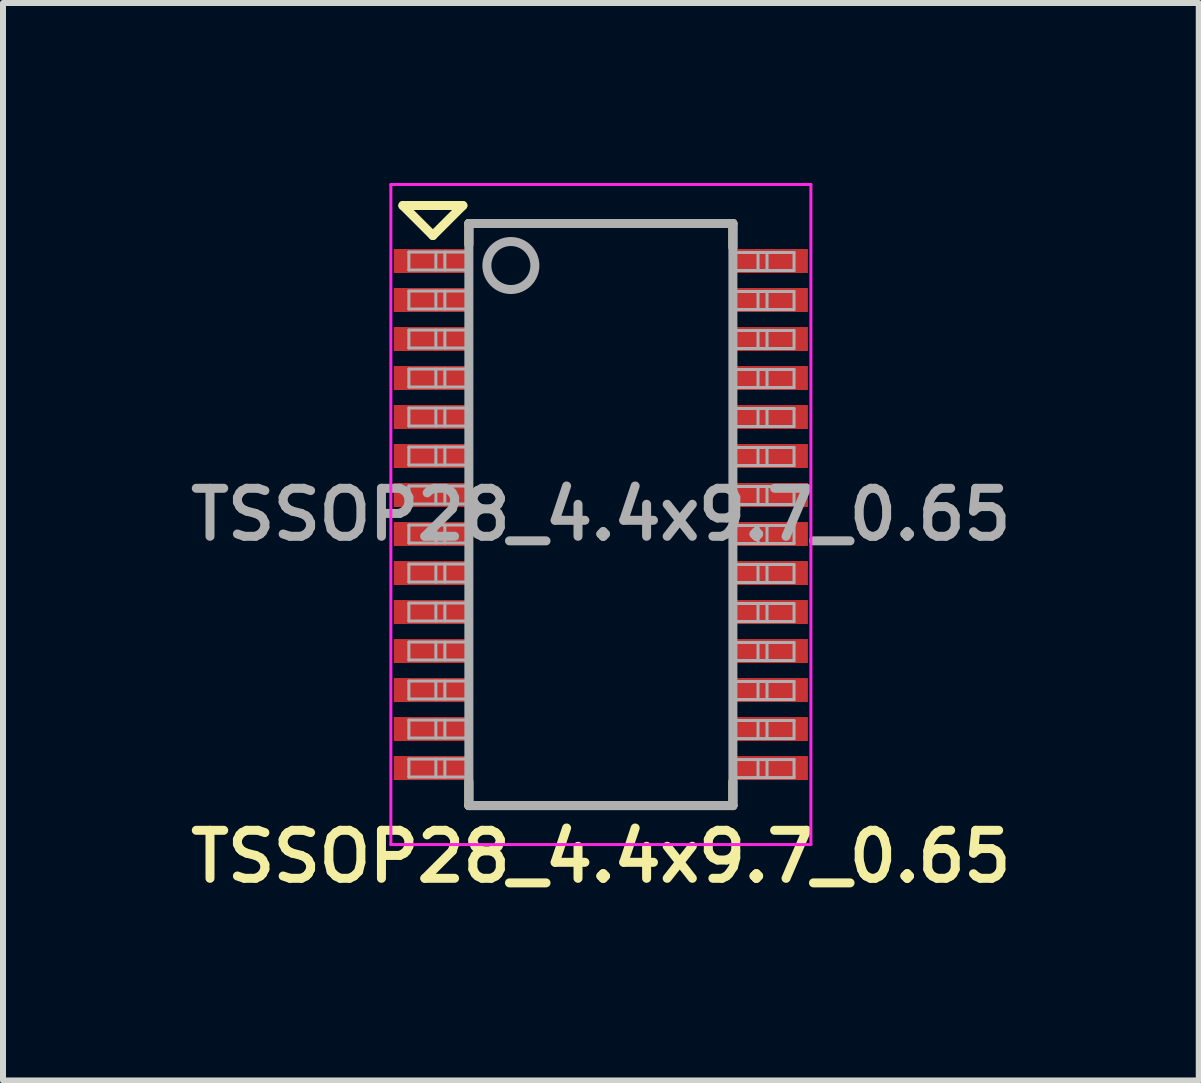
<source format=kicad_pcb>
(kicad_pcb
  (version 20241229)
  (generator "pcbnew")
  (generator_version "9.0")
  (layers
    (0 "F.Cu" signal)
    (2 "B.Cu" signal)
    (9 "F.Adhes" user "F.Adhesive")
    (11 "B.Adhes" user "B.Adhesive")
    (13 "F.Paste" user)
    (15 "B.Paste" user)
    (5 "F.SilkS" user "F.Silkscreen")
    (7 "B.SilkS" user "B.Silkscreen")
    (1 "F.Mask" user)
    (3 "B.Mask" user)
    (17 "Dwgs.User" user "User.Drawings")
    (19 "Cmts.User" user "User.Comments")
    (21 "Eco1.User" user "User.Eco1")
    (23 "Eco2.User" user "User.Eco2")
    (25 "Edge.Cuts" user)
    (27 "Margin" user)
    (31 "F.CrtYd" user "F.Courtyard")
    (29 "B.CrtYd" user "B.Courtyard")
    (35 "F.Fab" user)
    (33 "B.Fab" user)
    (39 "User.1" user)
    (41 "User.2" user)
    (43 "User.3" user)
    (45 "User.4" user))
  (footprint "TSSOP28_4.4x9.7_0.65"
    (layer "F.Cu")
    (at 6.964 5.525)
    (property "Reference" "TSSOP28_4.4x9.7_0.65" (at 0 5.7 0) (layer "F.SilkS") (effects (font (size 0.8 0.8) (thickness 0.15))))
    (attr smd)
    (fp_line (start -3.3 -5.15) (end -2.3 -5.15) (stroke (width 0.15) (type solid)) (layer "F.SilkS"))
    (fp_line (start -2.8 -4.65) (end -3.3 -5.15) (stroke (width 0.15) (type solid)) (layer "F.SilkS"))
    (fp_line (start -2.3 -5.15) (end -2.8 -4.65) (stroke (width 0.15) (type solid)) (layer "F.SilkS"))
    (fp_line (start -2.2 -4.85) (end 2.2 -4.85) (stroke (width 0.15) (type solid)) (layer "F.SilkS"))
    (fp_line (start -2.2 -4.5) (end -2.2 -4.85) (stroke (width 0.15) (type solid)) (layer "F.SilkS"))
    (fp_line (start -2.2 4.45) (end -2.2 4.85) (stroke (width 0.15) (type solid)) (layer "F.SilkS"))
    (fp_line (start -2.2 4.85) (end 2.2 4.85) (stroke (width 0.15) (type solid)) (layer "F.SilkS"))
    (fp_line (start 2.2 -4.85) (end 2.2 -4.45) (stroke (width 0.15) (type solid)) (layer "F.SilkS"))
    (fp_line (start 2.2 4.85) (end 2.2 4.45) (stroke (width 0.15) (type solid)) (layer "F.SilkS"))
    (fp_line (start -3.5 -5.5) (end -3.5 5.5) (stroke (width 0.05) (type solid)) (layer "F.CrtYd"))
    (fp_line (start -3.5 5.5) (end 3.5 5.5) (stroke (width 0.05) (type solid)) (layer "F.CrtYd"))
    (fp_line (start 3.5 -5.5) (end -3.5 -5.5) (stroke (width 0.05) (type solid)) (layer "F.CrtYd"))
    (fp_line (start 3.5 5.5) (end 3.5 -5.5) (stroke (width 0.05) (type solid)) (layer "F.CrtYd"))
    (fp_line (start -3.2 -4.375) (end -3.2 -4.075) (stroke (width 0.05) (type solid)) (layer "F.Fab"))
    (fp_line (start -3.2 -4.075) (end -2.2 -4.075) (stroke (width 0.05) (type solid)) (layer "F.Fab"))
    (fp_line (start -3.2 -3.725) (end -3.2 -3.425) (stroke (width 0.05) (type solid)) (layer "F.Fab"))
    (fp_line (start -3.2 -3.425) (end -2.2 -3.425) (stroke (width 0.05) (type solid)) (layer "F.Fab"))
    (fp_line (start -3.2 -3.075) (end -3.2 -2.775) (stroke (width 0.05) (type solid)) (layer "F.Fab"))
    (fp_line (start -3.2 -2.775) (end -2.2 -2.775) (stroke (width 0.05) (type solid)) (layer "F.Fab"))
    (fp_line (start -3.2 -2.425) (end -3.2 -2.125) (stroke (width 0.05) (type solid)) (layer "F.Fab"))
    (fp_line (start -3.2 -2.125) (end -2.2 -2.125) (stroke (width 0.05) (type solid)) (layer "F.Fab"))
    (fp_line (start -3.2 -1.775) (end -3.2 -1.475) (stroke (width 0.05) (type solid)) (layer "F.Fab"))
    (fp_line (start -3.2 -1.475) (end -2.2 -1.475) (stroke (width 0.05) (type solid)) (layer "F.Fab"))
    (fp_line (start -3.2 -1.125) (end -3.2 -0.825) (stroke (width 0.05) (type solid)) (layer "F.Fab"))
    (fp_line (start -3.2 -0.825) (end -2.2 -0.825) (stroke (width 0.05) (type solid)) (layer "F.Fab"))
    (fp_line (start -3.2 -0.475) (end -3.2 -0.175) (stroke (width 0.05) (type solid)) (layer "F.Fab"))
    (fp_line (start -3.2 -0.175) (end -2.2 -0.175) (stroke (width 0.05) (type solid)) (layer "F.Fab"))
    (fp_line (start -3.2 0.175) (end -3.2 0.475) (stroke (width 0.05) (type solid)) (layer "F.Fab"))
    (fp_line (start -3.2 0.475) (end -2.2 0.475) (stroke (width 0.05) (type solid)) (layer "F.Fab"))
    (fp_line (start -3.2 0.825) (end -3.2 1.125) (stroke (width 0.05) (type solid)) (layer "F.Fab"))
    (fp_line (start -3.2 1.125) (end -2.2 1.125) (stroke (width 0.05) (type solid)) (layer "F.Fab"))
    (fp_line (start -3.2 1.475) (end -3.2 1.775) (stroke (width 0.05) (type solid)) (layer "F.Fab"))
    (fp_line (start -3.2 1.775) (end -2.2 1.775) (stroke (width 0.05) (type solid)) (layer "F.Fab"))
    (fp_line (start -3.2 2.125) (end -3.2 2.425) (stroke (width 0.05) (type solid)) (layer "F.Fab"))
    (fp_line (start -3.2 2.425) (end -2.2 2.425) (stroke (width 0.05) (type solid)) (layer "F.Fab"))
    (fp_line (start -3.2 2.775) (end -3.2 3.075) (stroke (width 0.05) (type solid)) (layer "F.Fab"))
    (fp_line (start -3.2 3.075) (end -2.2 3.075) (stroke (width 0.05) (type solid)) (layer "F.Fab"))
    (fp_line (start -3.2 3.425) (end -3.2 3.725) (stroke (width 0.05) (type solid)) (layer "F.Fab"))
    (fp_line (start -3.2 3.725) (end -2.2 3.725) (stroke (width 0.05) (type solid)) (layer "F.Fab"))
    (fp_line (start -3.2 4.075) (end -3.2 4.375) (stroke (width 0.05) (type solid)) (layer "F.Fab"))
    (fp_line (start -3.2 4.375) (end -2.2 4.375) (stroke (width 0.05) (type solid)) (layer "F.Fab"))
    (fp_line (start -2.75 -4.375) (end -2.75 -4.075) (stroke (width 0.05) (type solid)) (layer "F.Fab"))
    (fp_line (start -2.75 -3.725) (end -2.75 -3.425) (stroke (width 0.05) (type solid)) (layer "F.Fab"))
    (fp_line (start -2.75 -3.075) (end -2.75 -2.775) (stroke (width 0.05) (type solid)) (layer "F.Fab"))
    (fp_line (start -2.75 -2.425) (end -2.75 -2.125) (stroke (width 0.05) (type solid)) (layer "F.Fab"))
    (fp_line (start -2.75 -1.775) (end -2.75 -1.475) (stroke (width 0.05) (type solid)) (layer "F.Fab"))
    (fp_line (start -2.75 -1.125) (end -2.75 -0.825) (stroke (width 0.05) (type solid)) (layer "F.Fab"))
    (fp_line (start -2.75 -0.475) (end -2.75 -0.175) (stroke (width 0.05) (type solid)) (layer "F.Fab"))
    (fp_line (start -2.75 0.175) (end -2.75 0.475) (stroke (width 0.05) (type solid)) (layer "F.Fab"))
    (fp_line (start -2.75 0.825) (end -2.75 1.125) (stroke (width 0.05) (type solid)) (layer "F.Fab"))
    (fp_line (start -2.75 1.475) (end -2.75 1.775) (stroke (width 0.05) (type solid)) (layer "F.Fab"))
    (fp_line (start -2.75 2.125) (end -2.75 2.425) (stroke (width 0.05) (type solid)) (layer "F.Fab"))
    (fp_line (start -2.75 2.775) (end -2.75 3.075) (stroke (width 0.05) (type solid)) (layer "F.Fab"))
    (fp_line (start -2.75 3.425) (end -2.75 3.725) (stroke (width 0.05) (type solid)) (layer "F.Fab"))
    (fp_line (start -2.75 4.075) (end -2.75 4.375) (stroke (width 0.05) (type solid)) (layer "F.Fab"))
    (fp_line (start -2.6 -4.375) (end -2.6 -4.075) (stroke (width 0.05) (type solid)) (layer "F.Fab"))
    (fp_line (start -2.6 -3.725) (end -2.6 -3.425) (stroke (width 0.05) (type solid)) (layer "F.Fab"))
    (fp_line (start -2.6 -3.075) (end -2.6 -2.775) (stroke (width 0.05) (type solid)) (layer "F.Fab"))
    (fp_line (start -2.6 -2.425) (end -2.6 -2.125) (stroke (width 0.05) (type solid)) (layer "F.Fab"))
    (fp_line (start -2.6 -1.775) (end -2.6 -1.475) (stroke (width 0.05) (type solid)) (layer "F.Fab"))
    (fp_line (start -2.6 -1.125) (end -2.6 -0.825) (stroke (width 0.05) (type solid)) (layer "F.Fab"))
    (fp_line (start -2.6 -0.475) (end -2.6 -0.175) (stroke (width 0.05) (type solid)) (layer "F.Fab"))
    (fp_line (start -2.6 0.175) (end -2.6 0.475) (stroke (width 0.05) (type solid)) (layer "F.Fab"))
    (fp_line (start -2.6 0.825) (end -2.6 1.125) (stroke (width 0.05) (type solid)) (layer "F.Fab"))
    (fp_line (start -2.6 1.475) (end -2.6 1.775) (stroke (width 0.05) (type solid)) (layer "F.Fab"))
    (fp_line (start -2.6 2.125) (end -2.6 2.425) (stroke (width 0.05) (type solid)) (layer "F.Fab"))
    (fp_line (start -2.6 2.775) (end -2.6 3.075) (stroke (width 0.05) (type solid)) (layer "F.Fab"))
    (fp_line (start -2.6 3.425) (end -2.6 3.725) (stroke (width 0.05) (type solid)) (layer "F.Fab"))
    (fp_line (start -2.6 4.075) (end -2.6 4.375) (stroke (width 0.05) (type solid)) (layer "F.Fab"))
    (fp_line (start -2.2 -4.85) (end 2.2 -4.85) (stroke (width 0.15) (type solid)) (layer "F.Fab"))
    (fp_line (start -2.2 -4.375) (end -3.2 -4.375) (stroke (width 0.05) (type solid)) (layer "F.Fab"))
    (fp_line (start -2.2 -3.725) (end -3.2 -3.725) (stroke (width 0.05) (type solid)) (layer "F.Fab"))
    (fp_line (start -2.2 -3.075) (end -3.2 -3.075) (stroke (width 0.05) (type solid)) (layer "F.Fab"))
    (fp_line (start -2.2 -2.425) (end -3.2 -2.425) (stroke (width 0.05) (type solid)) (layer "F.Fab"))
    (fp_line (start -2.2 -1.775) (end -3.2 -1.775) (stroke (width 0.05) (type solid)) (layer "F.Fab"))
    (fp_line (start -2.2 -1.125) (end -3.2 -1.125) (stroke (width 0.05) (type solid)) (layer "F.Fab"))
    (fp_line (start -2.2 -0.475) (end -3.2 -0.475) (stroke (width 0.05) (type solid)) (layer "F.Fab"))
    (fp_line (start -2.2 0.175) (end -3.2 0.175) (stroke (width 0.05) (type solid)) (layer "F.Fab"))
    (fp_line (start -2.2 0.825) (end -3.2 0.825) (stroke (width 0.05) (type solid)) (layer "F.Fab"))
    (fp_line (start -2.2 1.475) (end -3.2 1.475) (stroke (width 0.05) (type solid)) (layer "F.Fab"))
    (fp_line (start -2.2 2.125) (end -3.2 2.125) (stroke (width 0.05) (type solid)) (layer "F.Fab"))
    (fp_line (start -2.2 2.775) (end -3.2 2.775) (stroke (width 0.05) (type solid)) (layer "F.Fab"))
    (fp_line (start -2.2 3.425) (end -3.2 3.425) (stroke (width 0.05) (type solid)) (layer "F.Fab"))
    (fp_line (start -2.2 4.075) (end -3.2 4.075) (stroke (width 0.05) (type solid)) (layer "F.Fab"))
    (fp_line (start -2.2 4.85) (end -2.2 -4.85) (stroke (width 0.15) (type solid)) (layer "F.Fab"))
    (fp_line (start 2.2 -4.85) (end 2.2 4.85) (stroke (width 0.15) (type solid)) (layer "F.Fab"))
    (fp_line (start 2.2 4.85) (end -2.2 4.85) (stroke (width 0.15) (type solid)) (layer "F.Fab"))
    (fp_line (start 2.219 -4.067) (end 3.219 -4.067) (stroke (width 0.05) (type solid)) (layer "F.Fab"))
    (fp_line (start 2.219 -3.417) (end 3.219 -3.417) (stroke (width 0.05) (type solid)) (layer "F.Fab"))
    (fp_line (start 2.219 -2.767) (end 3.219 -2.767) (stroke (width 0.05) (type solid)) (layer "F.Fab"))
    (fp_line (start 2.219 -2.117) (end 3.219 -2.117) (stroke (width 0.05) (type solid)) (layer "F.Fab"))
    (fp_line (start 2.219 -1.467) (end 3.219 -1.467) (stroke (width 0.05) (type solid)) (layer "F.Fab"))
    (fp_line (start 2.219 -0.817) (end 3.219 -0.817) (stroke (width 0.05) (type solid)) (layer "F.Fab"))
    (fp_line (start 2.219 -0.167) (end 3.219 -0.167) (stroke (width 0.05) (type solid)) (layer "F.Fab"))
    (fp_line (start 2.219 0.483) (end 3.219 0.483) (stroke (width 0.05) (type solid)) (layer "F.Fab"))
    (fp_line (start 2.219 1.133) (end 3.219 1.133) (stroke (width 0.05) (type solid)) (layer "F.Fab"))
    (fp_line (start 2.219 1.783) (end 3.219 1.783) (stroke (width 0.05) (type solid)) (layer "F.Fab"))
    (fp_line (start 2.219 2.433) (end 3.219 2.433) (stroke (width 0.05) (type solid)) (layer "F.Fab"))
    (fp_line (start 2.219 3.083) (end 3.219 3.083) (stroke (width 0.05) (type solid)) (layer "F.Fab"))
    (fp_line (start 2.219 3.733) (end 3.219 3.733) (stroke (width 0.05) (type solid)) (layer "F.Fab"))
    (fp_line (start 2.219 4.383) (end 3.219 4.383) (stroke (width 0.05) (type solid)) (layer "F.Fab"))
    (fp_line (start 2.619 -4.067) (end 2.619 -4.367) (stroke (width 0.05) (type solid)) (layer "F.Fab"))
    (fp_line (start 2.619 -3.417) (end 2.619 -3.717) (stroke (width 0.05) (type solid)) (layer "F.Fab"))
    (fp_line (start 2.619 -2.767) (end 2.619 -3.067) (stroke (width 0.05) (type solid)) (layer "F.Fab"))
    (fp_line (start 2.619 -2.117) (end 2.619 -2.417) (stroke (width 0.05) (type solid)) (layer "F.Fab"))
    (fp_line (start 2.619 -1.467) (end 2.619 -1.767) (stroke (width 0.05) (type solid)) (layer "F.Fab"))
    (fp_line (start 2.619 -0.817) (end 2.619 -1.117) (stroke (width 0.05) (type solid)) (layer "F.Fab"))
    (fp_line (start 2.619 -0.167) (end 2.619 -0.467) (stroke (width 0.05) (type solid)) (layer "F.Fab"))
    (fp_line (start 2.619 0.483) (end 2.619 0.183) (stroke (width 0.05) (type solid)) (layer "F.Fab"))
    (fp_line (start 2.619 1.133) (end 2.619 0.833) (stroke (width 0.05) (type solid)) (layer "F.Fab"))
    (fp_line (start 2.619 1.783) (end 2.619 1.483) (stroke (width 0.05) (type solid)) (layer "F.Fab"))
    (fp_line (start 2.619 2.433) (end 2.619 2.133) (stroke (width 0.05) (type solid)) (layer "F.Fab"))
    (fp_line (start 2.619 3.083) (end 2.619 2.783) (stroke (width 0.05) (type solid)) (layer "F.Fab"))
    (fp_line (start 2.619 3.733) (end 2.619 3.433) (stroke (width 0.05) (type solid)) (layer "F.Fab"))
    (fp_line (start 2.619 4.383) (end 2.619 4.083) (stroke (width 0.05) (type solid)) (layer "F.Fab"))
    (fp_line (start 2.769 -4.067) (end 2.769 -4.367) (stroke (width 0.05) (type solid)) (layer "F.Fab"))
    (fp_line (start 2.769 -3.417) (end 2.769 -3.717) (stroke (width 0.05) (type solid)) (layer "F.Fab"))
    (fp_line (start 2.769 -2.767) (end 2.769 -3.067) (stroke (width 0.05) (type solid)) (layer "F.Fab"))
    (fp_line (start 2.769 -2.117) (end 2.769 -2.417) (stroke (width 0.05) (type solid)) (layer "F.Fab"))
    (fp_line (start 2.769 -1.467) (end 2.769 -1.767) (stroke (width 0.05) (type solid)) (layer "F.Fab"))
    (fp_line (start 2.769 -0.817) (end 2.769 -1.117) (stroke (width 0.05) (type solid)) (layer "F.Fab"))
    (fp_line (start 2.769 -0.167) (end 2.769 -0.467) (stroke (width 0.05) (type solid)) (layer "F.Fab"))
    (fp_line (start 2.769 0.483) (end 2.769 0.183) (stroke (width 0.05) (type solid)) (layer "F.Fab"))
    (fp_line (start 2.769 1.133) (end 2.769 0.833) (stroke (width 0.05) (type solid)) (layer "F.Fab"))
    (fp_line (start 2.769 1.783) (end 2.769 1.483) (stroke (width 0.05) (type solid)) (layer "F.Fab"))
    (fp_line (start 2.769 2.433) (end 2.769 2.133) (stroke (width 0.05) (type solid)) (layer "F.Fab"))
    (fp_line (start 2.769 3.083) (end 2.769 2.783) (stroke (width 0.05) (type solid)) (layer "F.Fab"))
    (fp_line (start 2.769 3.733) (end 2.769 3.433) (stroke (width 0.05) (type solid)) (layer "F.Fab"))
    (fp_line (start 2.769 4.383) (end 2.769 4.083) (stroke (width 0.05) (type solid)) (layer "F.Fab"))
    (fp_line (start 3.219 -4.367) (end 2.219 -4.367) (stroke (width 0.05) (type solid)) (layer "F.Fab"))
    (fp_line (start 3.219 -4.067) (end 3.219 -4.367) (stroke (width 0.05) (type solid)) (layer "F.Fab"))
    (fp_line (start 3.219 -3.717) (end 2.219 -3.717) (stroke (width 0.05) (type solid)) (layer "F.Fab"))
    (fp_line (start 3.219 -3.417) (end 3.219 -3.717) (stroke (width 0.05) (type solid)) (layer "F.Fab"))
    (fp_line (start 3.219 -3.067) (end 2.219 -3.067) (stroke (width 0.05) (type solid)) (layer "F.Fab"))
    (fp_line (start 3.219 -2.767) (end 3.219 -3.067) (stroke (width 0.05) (type solid)) (layer "F.Fab"))
    (fp_line (start 3.219 -2.417) (end 2.219 -2.417) (stroke (width 0.05) (type solid)) (layer "F.Fab"))
    (fp_line (start 3.219 -2.117) (end 3.219 -2.417) (stroke (width 0.05) (type solid)) (layer "F.Fab"))
    (fp_line (start 3.219 -1.767) (end 2.219 -1.767) (stroke (width 0.05) (type solid)) (layer "F.Fab"))
    (fp_line (start 3.219 -1.467) (end 3.219 -1.767) (stroke (width 0.05) (type solid)) (layer "F.Fab"))
    (fp_line (start 3.219 -1.117) (end 2.219 -1.117) (stroke (width 0.05) (type solid)) (layer "F.Fab"))
    (fp_line (start 3.219 -0.817) (end 3.219 -1.117) (stroke (width 0.05) (type solid)) (layer "F.Fab"))
    (fp_line (start 3.219 -0.467) (end 2.219 -0.467) (stroke (width 0.05) (type solid)) (layer "F.Fab"))
    (fp_line (start 3.219 -0.167) (end 3.219 -0.467) (stroke (width 0.05) (type solid)) (layer "F.Fab"))
    (fp_line (start 3.219 0.183) (end 2.219 0.183) (stroke (width 0.05) (type solid)) (layer "F.Fab"))
    (fp_line (start 3.219 0.483) (end 3.219 0.183) (stroke (width 0.05) (type solid)) (layer "F.Fab"))
    (fp_line (start 3.219 0.833) (end 2.219 0.833) (stroke (width 0.05) (type solid)) (layer "F.Fab"))
    (fp_line (start 3.219 1.133) (end 3.219 0.833) (stroke (width 0.05) (type solid)) (layer "F.Fab"))
    (fp_line (start 3.219 1.483) (end 2.219 1.483) (stroke (width 0.05) (type solid)) (layer "F.Fab"))
    (fp_line (start 3.219 1.783) (end 3.219 1.483) (stroke (width 0.05) (type solid)) (layer "F.Fab"))
    (fp_line (start 3.219 2.133) (end 2.219 2.133) (stroke (width 0.05) (type solid)) (layer "F.Fab"))
    (fp_line (start 3.219 2.433) (end 3.219 2.133) (stroke (width 0.05) (type solid)) (layer "F.Fab"))
    (fp_line (start 3.219 2.783) (end 2.219 2.783) (stroke (width 0.05) (type solid)) (layer "F.Fab"))
    (fp_line (start 3.219 3.083) (end 3.219 2.783) (stroke (width 0.05) (type solid)) (layer "F.Fab"))
    (fp_line (start 3.219 3.433) (end 2.219 3.433) (stroke (width 0.05) (type solid)) (layer "F.Fab"))
    (fp_line (start 3.219 3.733) (end 3.219 3.433) (stroke (width 0.05) (type solid)) (layer "F.Fab"))
    (fp_line (start 3.219 4.083) (end 2.219 4.083) (stroke (width 0.05) (type solid)) (layer "F.Fab"))
    (fp_line (start 3.219 4.383) (end 3.219 4.083) (stroke (width 0.05) (type solid)) (layer "F.Fab"))
    (fp_circle (center -1.5 -4.15) (end -1.1 -4.15) (stroke (width 0.15) (type solid)) (fill no) (layer "F.Fab"))
    (fp_text user "${REFERENCE}" (at 0 0 0) (layer "F.Fab") (effects (font (size 0.8 0.8) (thickness 0.15))))
    (pad "1" smd rect (at -2.85 -4.225) (size 1.2 0.4) (layers "F.Cu" "F.Mask" "F.Paste"))
    (pad "2" smd rect (at -2.85 -3.575) (size 1.2 0.4) (layers "F.Cu" "F.Mask" "F.Paste"))
    (pad "3" smd rect (at -2.85 -2.925) (size 1.2 0.4) (layers "F.Cu" "F.Mask" "F.Paste"))
    (pad "4" smd rect (at -2.85 -2.275) (size 1.2 0.4) (layers "F.Cu" "F.Mask" "F.Paste"))
    (pad "5" smd rect (at -2.85 -1.625) (size 1.2 0.4) (layers "F.Cu" "F.Mask" "F.Paste"))
    (pad "6" smd rect (at -2.85 -0.975) (size 1.2 0.4) (layers "F.Cu" "F.Mask" "F.Paste"))
    (pad "7" smd rect (at -2.85 -0.325) (size 1.2 0.4) (layers "F.Cu" "F.Mask" "F.Paste"))
    (pad "8" smd rect (at -2.85 0.325) (size 1.2 0.4) (layers "F.Cu" "F.Mask" "F.Paste"))
    (pad "9" smd rect (at -2.85 0.975) (size 1.2 0.4) (layers "F.Cu" "F.Mask" "F.Paste"))
    (pad "10" smd rect (at -2.85 1.625) (size 1.2 0.4) (layers "F.Cu" "F.Mask" "F.Paste"))
    (pad "11" smd rect (at -2.85 2.275) (size 1.2 0.4) (layers "F.Cu" "F.Mask" "F.Paste"))
    (pad "12" smd rect (at -2.85 2.925) (size 1.2 0.4) (layers "F.Cu" "F.Mask" "F.Paste"))
    (pad "13" smd rect (at -2.85 3.575) (size 1.2 0.4) (layers "F.Cu" "F.Mask" "F.Paste"))
    (pad "14" smd rect (at -2.85 4.225) (size 1.2 0.4) (layers "F.Cu" "F.Mask" "F.Paste"))
    (pad "15" smd rect (at 2.85 4.225) (size 1.2 0.4) (layers "F.Cu" "F.Mask" "F.Paste"))
    (pad "16" smd rect (at 2.85 3.575) (size 1.2 0.4) (layers "F.Cu" "F.Mask" "F.Paste"))
    (pad "17" smd rect (at 2.85 2.925) (size 1.2 0.4) (layers "F.Cu" "F.Mask" "F.Paste"))
    (pad "18" smd rect (at 2.85 2.275) (size 1.2 0.4) (layers "F.Cu" "F.Mask" "F.Paste"))
    (pad "19" smd rect (at 2.85 1.625) (size 1.2 0.4) (layers "F.Cu" "F.Mask" "F.Paste"))
    (pad "20" smd rect (at 2.85 0.975) (size 1.2 0.4) (layers "F.Cu" "F.Mask" "F.Paste"))
    (pad "21" smd rect (at 2.85 0.325) (size 1.2 0.4) (layers "F.Cu" "F.Mask" "F.Paste"))
    (pad "22" smd rect (at 2.85 -0.325) (size 1.2 0.4) (layers "F.Cu" "F.Mask" "F.Paste"))
    (pad "23" smd rect (at 2.85 -0.975) (size 1.2 0.4) (layers "F.Cu" "F.Mask" "F.Paste"))
    (pad "24" smd rect (at 2.85 -1.625) (size 1.2 0.4) (layers "F.Cu" "F.Mask" "F.Paste"))
    (pad "25" smd rect (at 2.85 -2.275) (size 1.2 0.4) (layers "F.Cu" "F.Mask" "F.Paste"))
    (pad "26" smd rect (at 2.85 -2.925) (size 1.2 0.4) (layers "F.Cu" "F.Mask" "F.Paste"))
    (pad "27" smd rect (at 2.85 -3.575) (size 1.2 0.4) (layers "F.Cu" "F.Mask" "F.Paste"))
    (pad "28" smd rect (at 2.85 -4.225) (size 1.2 0.4) (layers "F.Cu" "F.Mask" "F.Paste")))
  (gr_rect
    (start -3 -3)
    (end 16.928 14.956)
    (stroke (width 0.1) (type default))
    (fill no)
    (layer "Edge.Cuts")))
</source>
